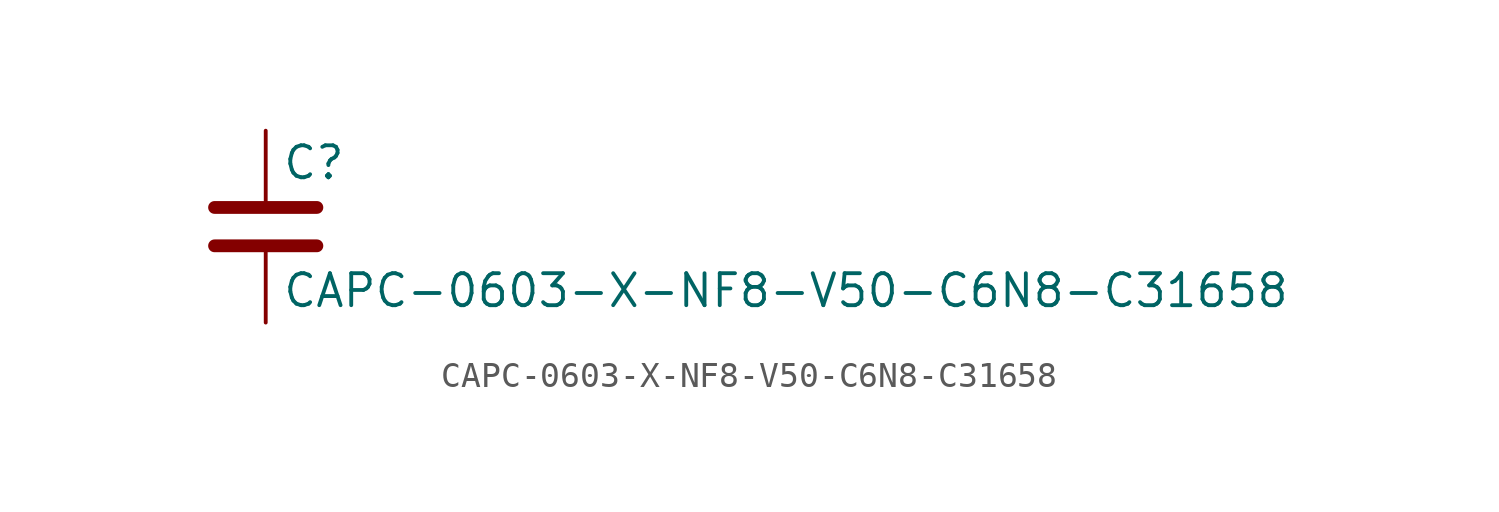
<source format=kicad_sym>
(kicad_symbol_lib
  (version 20211014)
  (generator kicad_symbol_editor)
  (symbol "CAPC-0603-X-NF8-V50-C6N8-C31658"
    (pin_numbers hide)
    (pin_names
      (offset 0.254))
    (property "Reference" "C"
      (at 0.635 2.54 0)
      (effects (font (size 1.27 1.27)) (justify left)))
    (property "Value" "CAPC-0603-X-NF8-V50-C6N8-C31658"
      (at 0.635 -2.54 0)
      (effects (font (size 1.27 1.27)) (justify left)))
    (symbol "CAPC-0603-X-NF8-V50-C6N8-C31658_0_1"
      (polyline (pts (xy -2.032 -0.762) (xy 2.032 -0.762)) (stroke (width 0.508) (type default) (color 0 0 0 0)) (fill (type none)))
      (polyline (pts (xy -2.032 0.762) (xy 2.032 0.762)) (stroke (width 0.508) (type default) (color 0 0 0 0)) (fill (type none))))
    (symbol "CAPC-0603-X-NF8-V50-C6N8-C31658_1_1"
      (pin passive line (at 0 3.81 270) (length 2.794) (name "~" (effects (font (size 1.27 1.27)))) (number "1" (effects (font (size 1.27 1.27)))))
      (pin passive line (at 0 -3.81 90) (length 2.794) (name "~" (effects (font (size 1.27 1.27)))) (number "2" (effects (font (size 1.27 1.27))))))))
</source>
